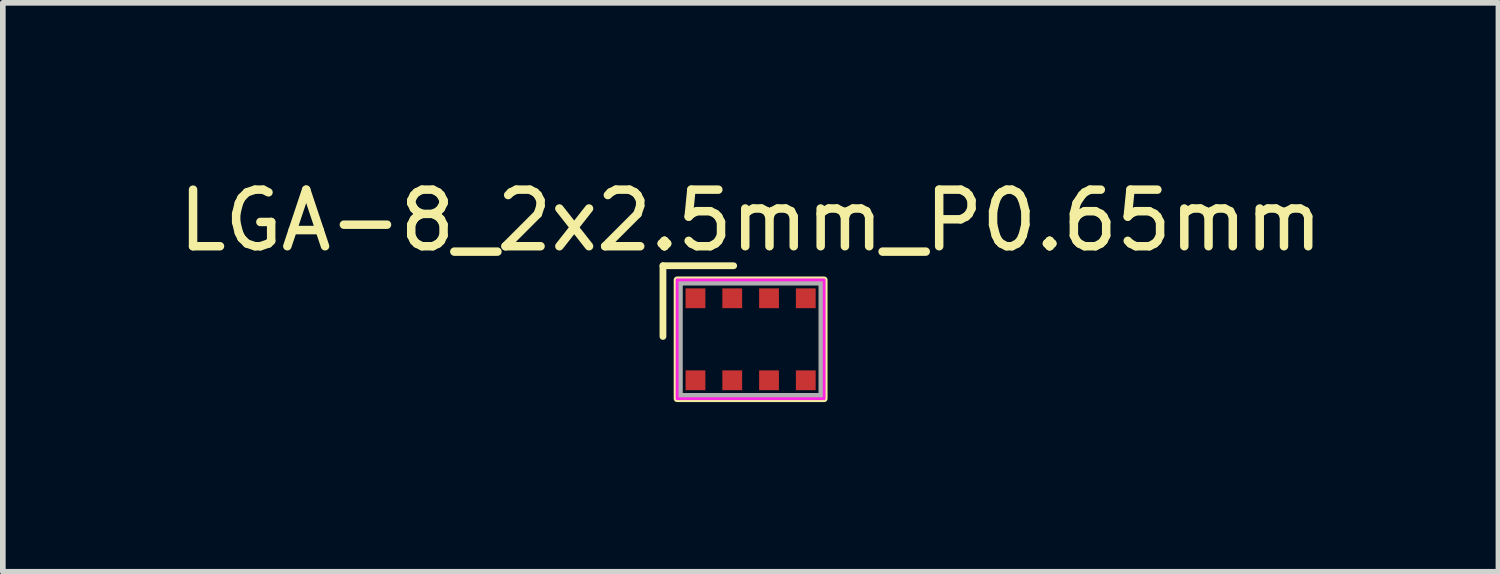
<source format=kicad_pcb>
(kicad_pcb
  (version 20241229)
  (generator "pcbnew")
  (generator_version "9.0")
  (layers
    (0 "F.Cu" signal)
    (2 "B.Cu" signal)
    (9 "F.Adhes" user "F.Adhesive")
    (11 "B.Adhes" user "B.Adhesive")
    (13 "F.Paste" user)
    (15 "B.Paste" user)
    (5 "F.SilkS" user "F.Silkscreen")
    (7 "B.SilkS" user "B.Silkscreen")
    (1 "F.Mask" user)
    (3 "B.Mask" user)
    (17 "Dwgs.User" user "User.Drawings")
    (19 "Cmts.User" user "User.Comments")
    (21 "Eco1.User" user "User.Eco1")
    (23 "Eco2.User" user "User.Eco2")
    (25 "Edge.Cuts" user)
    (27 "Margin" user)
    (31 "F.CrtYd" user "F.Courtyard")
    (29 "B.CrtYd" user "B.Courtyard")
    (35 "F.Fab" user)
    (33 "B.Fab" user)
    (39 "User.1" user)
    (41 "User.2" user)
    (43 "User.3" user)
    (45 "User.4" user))
  (footprint "LGA-8_2x2.5mm_P0.65mm"
    (layer "F.Cu")
    (at 10.22 2.948)
    (property "Reference" "LGA-8_2x2.5mm_P0.65mm" (at 0 -2.1 0) (unlocked yes) (layer "F.SilkS") (effects (font (size 1 1) (thickness 0.15))))
    (attr smd)
    (fp_line (start -1.55 -0.05) (end -1.55 -1.3) (stroke (width 0.12) (type default)) (layer "F.SilkS"))
    (fp_line (start -0.3 -1.3) (end -1.55 -1.3) (stroke (width 0.12) (type default)) (layer "F.SilkS"))
    (fp_rect (start -1.3 -1.05) (end 1.3 1.05) (stroke (width 0.12) (type default)) (fill no) (layer "F.SilkS"))
    (fp_rect (start -1.3 -1.05) (end 1.3 1.05) (stroke (width 0.05) (type default)) (fill no) (layer "F.CrtYd"))
    (fp_rect (start -1.25 -1) (end 1.25 1) (stroke (width 0.1) (type default)) (fill no) (layer "F.Fab"))
    (pad "1" smd rect (at -0.975 -0.725) (size 0.35 0.35) (layers "F.Cu" "F.Mask" "F.Paste"))
    (pad "2" smd rect (at -0.325 -0.725) (size 0.35 0.35) (layers "F.Cu" "F.Mask" "F.Paste"))
    (pad "3" smd rect (at 0.325 -0.725) (size 0.35 0.35) (layers "F.Cu" "F.Mask" "F.Paste"))
    (pad "4" smd rect (at 0.975 -0.725) (size 0.35 0.35) (layers "F.Cu" "F.Mask" "F.Paste"))
    (pad "5" smd rect (at 0.975 0.725) (size 0.35 0.35) (layers "F.Cu" "F.Mask" "F.Paste"))
    (pad "6" smd rect (at 0.325 0.725) (size 0.35 0.35) (layers "F.Cu" "F.Mask" "F.Paste"))
    (pad "7" smd rect (at -0.325 0.725) (size 0.35 0.35) (layers "F.Cu" "F.Mask" "F.Paste"))
    (pad "8" smd rect (at -0.975 0.725) (size 0.35 0.35) (layers "F.Cu" "F.Mask" "F.Paste")))
  (gr_rect
    (start -3 -3)
    (end 23.44 7.058)
    (stroke (width 0.1) (type default))
    (fill no)
    (layer "Edge.Cuts")))
</source>
